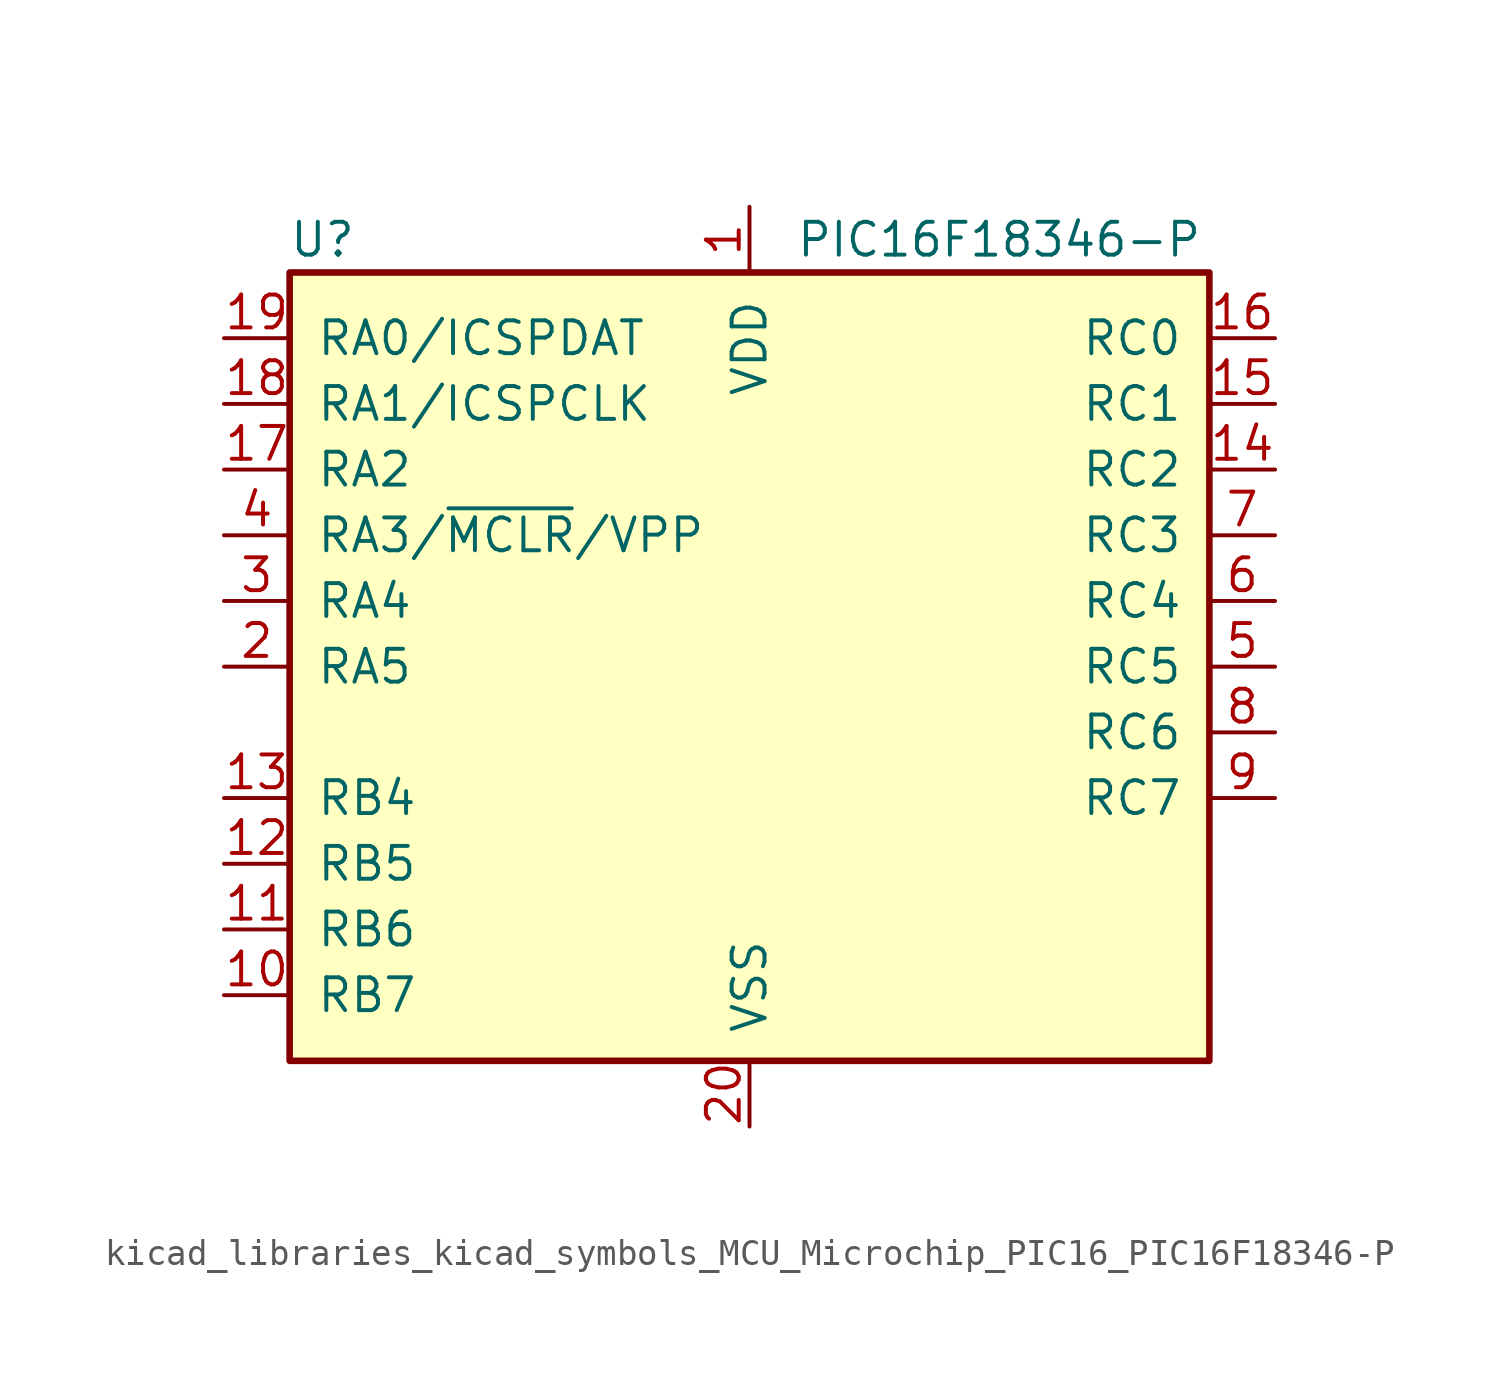
<source format=kicad_sym>
(kicad_symbol_lib
  (version 20220914)
  (generator kicad_symbol_editor)
  (symbol "kicad_libraries_kicad_symbols_MCU_Microchip_PIC16_PIC16F18346-P"
    (pin_names
      (offset 1.016))
    (property "Reference" "U"
      (at -16.51 16.51 0)
      (effects (font (size 1.27 1.27))))
    (property "Value" "PIC16F18346-P"
      (at 9.652 16.51 0)
      (effects (font (size 1.27 1.27))))
    (symbol "kicad_libraries_kicad_symbols_MCU_Microchip_PIC16_PIC16F18346-P_0_1"
      (rectangle (start -17.78 15.24) (end 17.78 -15.24) (stroke (width 0.254) (type default)) (fill (type background))))
    (symbol "kicad_libraries_kicad_symbols_MCU_Microchip_PIC16_PIC16F18346-P_1_1"
      (pin power_in line (at 0 17.78 270) (length 2.54) (name "VDD" (effects (font (size 1.27 1.27)))) (number "1" (effects (font (size 1.27 1.27)))))
      (pin bidirectional line (at -20.32 -12.7 0) (length 2.54) (name "RB7" (effects (font (size 1.27 1.27)))) (number "10" (effects (font (size 1.27 1.27)))))
      (pin bidirectional line (at -20.32 -10.16 0) (length 2.54) (name "RB6" (effects (font (size 1.27 1.27)))) (number "11" (effects (font (size 1.27 1.27)))))
      (pin bidirectional line (at -20.32 -7.62 0) (length 2.54) (name "RB5" (effects (font (size 1.27 1.27)))) (number "12" (effects (font (size 1.27 1.27)))))
      (pin bidirectional line (at -20.32 -5.08 0) (length 2.54) (name "RB4" (effects (font (size 1.27 1.27)))) (number "13" (effects (font (size 1.27 1.27)))))
      (pin bidirectional line (at 20.32 7.62 180) (length 2.54) (name "RC2" (effects (font (size 1.27 1.27)))) (number "14" (effects (font (size 1.27 1.27)))))
      (pin bidirectional line (at 20.32 10.16 180) (length 2.54) (name "RC1" (effects (font (size 1.27 1.27)))) (number "15" (effects (font (size 1.27 1.27)))))
      (pin bidirectional line (at 20.32 12.7 180) (length 2.54) (name "RC0" (effects (font (size 1.27 1.27)))) (number "16" (effects (font (size 1.27 1.27)))))
      (pin bidirectional line (at -20.32 7.62 0) (length 2.54) (name "RA2" (effects (font (size 1.27 1.27)))) (number "17" (effects (font (size 1.27 1.27)))))
      (pin bidirectional line (at -20.32 10.16 0) (length 2.54) (name "RA1/ICSPCLK" (effects (font (size 1.27 1.27)))) (number "18" (effects (font (size 1.27 1.27)))))
      (pin bidirectional line (at -20.32 12.7 0) (length 2.54) (name "RA0/ICSPDAT" (effects (font (size 1.27 1.27)))) (number "19" (effects (font (size 1.27 1.27)))))
      (pin bidirectional line (at -20.32 0 0) (length 2.54) (name "RA5" (effects (font (size 1.27 1.27)))) (number "2" (effects (font (size 1.27 1.27)))))
      (pin power_in line (at 0 -17.78 90) (length 2.54) (name "VSS" (effects (font (size 1.27 1.27)))) (number "20" (effects (font (size 1.27 1.27)))))
      (pin bidirectional line (at -20.32 2.54 0) (length 2.54) (name "RA4" (effects (font (size 1.27 1.27)))) (number "3" (effects (font (size 1.27 1.27)))))
      (pin bidirectional line (at -20.32 5.08 0) (length 2.54) (name "RA3/~{MCLR}/VPP" (effects (font (size 1.27 1.27)))) (number "4" (effects (font (size 1.27 1.27)))))
      (pin bidirectional line (at 20.32 0 180) (length 2.54) (name "RC5" (effects (font (size 1.27 1.27)))) (number "5" (effects (font (size 1.27 1.27)))))
      (pin bidirectional line (at 20.32 2.54 180) (length 2.54) (name "RC4" (effects (font (size 1.27 1.27)))) (number "6" (effects (font (size 1.27 1.27)))))
      (pin bidirectional line (at 20.32 5.08 180) (length 2.54) (name "RC3" (effects (font (size 1.27 1.27)))) (number "7" (effects (font (size 1.27 1.27)))))
      (pin bidirectional line (at 20.32 -2.54 180) (length 2.54) (name "RC6" (effects (font (size 1.27 1.27)))) (number "8" (effects (font (size 1.27 1.27)))))
      (pin bidirectional line (at 20.32 -5.08 180) (length 2.54) (name "RC7" (effects (font (size 1.27 1.27)))) (number "9" (effects (font (size 1.27 1.27))))))))
</source>
